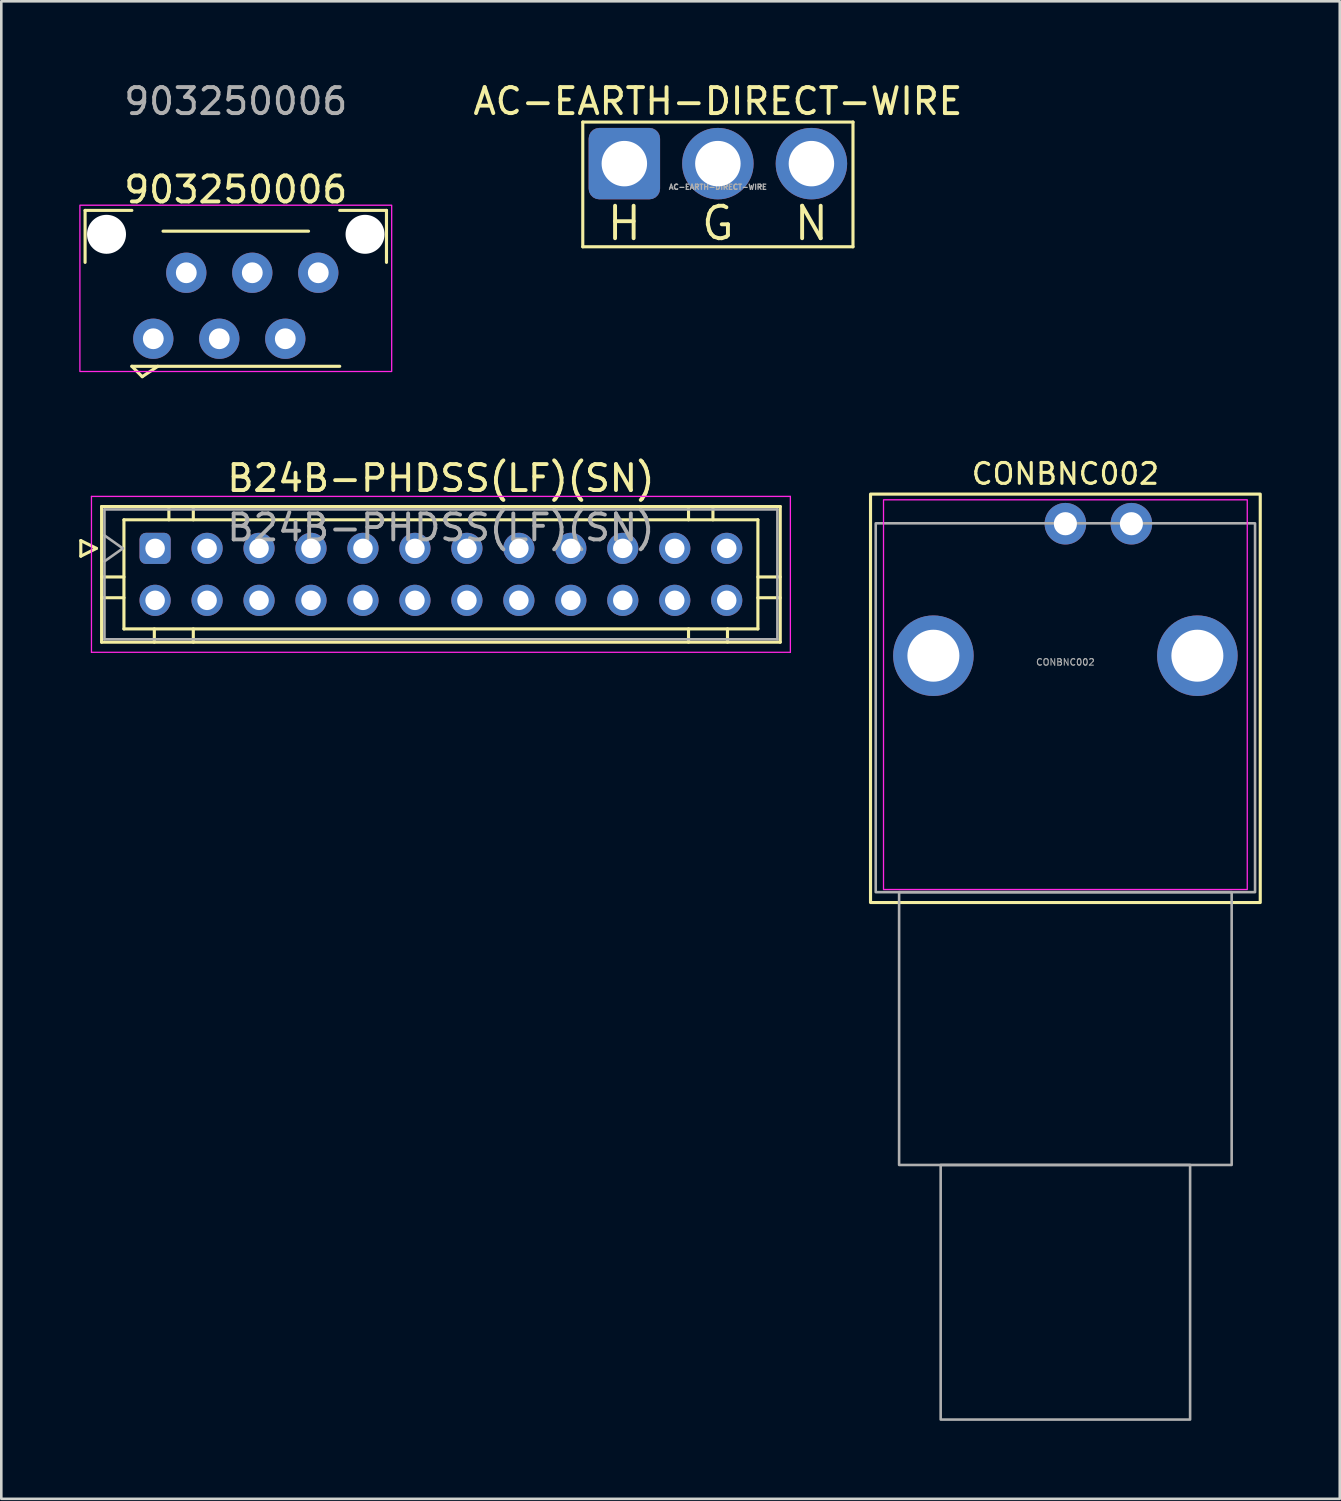
<source format=kicad_pcb>
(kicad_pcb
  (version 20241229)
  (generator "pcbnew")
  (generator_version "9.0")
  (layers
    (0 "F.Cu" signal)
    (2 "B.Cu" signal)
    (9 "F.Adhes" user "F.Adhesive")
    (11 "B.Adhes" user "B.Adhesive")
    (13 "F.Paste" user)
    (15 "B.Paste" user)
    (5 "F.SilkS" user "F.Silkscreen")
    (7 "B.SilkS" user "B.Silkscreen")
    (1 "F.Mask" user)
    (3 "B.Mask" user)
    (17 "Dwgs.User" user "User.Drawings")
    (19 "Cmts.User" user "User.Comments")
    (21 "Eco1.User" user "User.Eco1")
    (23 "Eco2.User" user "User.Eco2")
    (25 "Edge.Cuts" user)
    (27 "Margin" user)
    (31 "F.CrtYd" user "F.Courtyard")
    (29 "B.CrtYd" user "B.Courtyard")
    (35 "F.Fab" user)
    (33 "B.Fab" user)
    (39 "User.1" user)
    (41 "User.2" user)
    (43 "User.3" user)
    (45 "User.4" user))
  (footprint "903250006"
    (layer "F.Cu")
    (at 6.025 7.448)
    (property "Reference" "903250006" (at 0 -3.2 0) (unlocked yes) (layer "F.SilkS") (effects (font (size 1 1) (thickness 0.15))))
    (attr through_hole)
    (fp_line (start -5.8 -2.4) (end -4 -2.4) (stroke (width 0.12) (type default)) (layer "F.SilkS"))
    (fp_line (start -5.8 -0.4) (end -5.8 -2.4) (stroke (width 0.12) (type default)) (layer "F.SilkS"))
    (fp_line (start -4 3.6) (end -3.6 4) (stroke (width 0.12) (type default)) (layer "F.SilkS"))
    (fp_line (start -4 3.6) (end 4 3.6) (stroke (width 0.12) (type default)) (layer "F.SilkS"))
    (fp_line (start -3.6 4) (end -3 3.6) (stroke (width 0.12) (type default)) (layer "F.SilkS"))
    (fp_line (start -2.8 -1.6) (end 2.8 -1.6) (stroke (width 0.12) (type default)) (layer "F.SilkS"))
    (fp_line (start 4 -2.4) (end 5.8 -2.4) (stroke (width 0.12) (type default)) (layer "F.SilkS"))
    (fp_line (start 5.8 -2.4) (end 5.8 -0.4) (stroke (width 0.12) (type default)) (layer "F.SilkS"))
    (fp_rect (start -6 -2.6) (end 6 3.8) (stroke (width 0.05) (type default)) (fill no) (layer "F.CrtYd"))
    (fp_text user "${REFERENCE}" (at 0 -6.6 0) (unlocked yes) (layer "F.Fab") (effects (font (size 1 1) (thickness 0.15))))
    (pad "" np_thru_hole circle (at -4.975 -1.48) (size 1.5 1.5) (drill 1.5) (layers "*.Cu" "*.Mask"))
    (pad "" np_thru_hole circle (at 4.975 -1.48) (size 1.5 1.5) (drill 1.5) (layers "*.Cu" "*.Mask"))
    (pad "1" thru_hole circle (at -3.175 2.54) (size 1.55 1.55) (drill 0.8) (layers "*.Cu" "*.Mask"))
    (pad "2" thru_hole circle (at -1.905 0) (size 1.55 1.55) (drill 0.8) (layers "*.Cu" "*.Mask"))
    (pad "3" thru_hole circle (at -0.635 2.54) (size 1.55 1.55) (drill 0.8) (layers "*.Cu" "*.Mask"))
    (pad "4" thru_hole circle (at 0.635 0) (size 1.55 1.55) (drill 0.8) (layers "*.Cu" "*.Mask"))
    (pad "5" thru_hole circle (at 1.905 2.54) (size 1.55 1.55) (drill 0.8) (layers "*.Cu" "*.Mask"))
    (pad "6" thru_hole circle (at 3.175 0) (size 1.55 1.55) (drill 0.8) (layers "*.Cu" "*.Mask")))
  (footprint "CONBNC002"
    (layer "F.Cu")
    (at 37.955 22.187)
    (property "Reference" "CONBNC002" (at 0 -7 0) (unlocked yes) (layer "F.SilkS") (effects (font (size 0.8 0.8) (thickness 0.12))))
    (attr through_hole)
    (fp_rect (start -7.5 -6.22) (end 7.5 9.5) (stroke (width 0.12) (type default)) (fill no) (layer "F.SilkS"))
    (fp_rect (start -7 -6) (end 7 9) (stroke (width 0.05) (type default)) (fill no) (layer "F.CrtYd"))
    (fp_rect (start -7.3 -5.095) (end 7.3 9.1) (stroke (width 0.1) (type default)) (fill no) (layer "F.Fab"))
    (fp_rect (start -6.4 9.1) (end 6.4 19.6) (stroke (width 0.1) (type default)) (fill no) (layer "F.Fab"))
    (fp_rect (start -4.8 19.6) (end 4.8 29.4) (stroke (width 0.1) (type default)) (fill no) (layer "F.Fab"))
    (fp_line (start -7 9) (end 7 9) (stroke (width 0.15) (type default)) (layer "User.1"))
    (fp_text user "${REFERENCE}" (at 0 0.25 0) (unlocked yes) (layer "F.Fab") (effects (font (size 0.25 0.25) (thickness 0.04))))
    (fp_text user "PCB EDGE" (at 0 8.5 0) (unlocked yes) (layer "User.1") (effects (font (size 1 1) (thickness 0.15)) (justify bottom)))
    (pad "1" thru_hole circle (at 0 -5.08) (size 1.6 1.6) (drill 0.89) (layers "*.Cu" "*.Mask"))
    (pad "2" thru_hole circle (at -5.08 0) (size 3.1 3.1) (drill 2) (layers "*.Cu" "*.Mask"))
    (pad "2" thru_hole circle (at 2.54 -5.08) (size 1.6 1.6) (drill 0.89) (layers "*.Cu" "*.Mask"))
    (pad "2" thru_hole circle (at 5.08 0) (size 3.1 3.1) (drill 2) (layers "*.Cu" "*.Mask")))
  (footprint "AC-EARTH-DIRECT-WIRE"
    (layer "F.Cu")
    (at 24.58 3.248)
    (property "Reference" "AC-EARTH-DIRECT-WIRE" (at 0 -2.4 0) (unlocked yes) (layer "F.SilkS") (effects (font (size 1 1) (thickness 0.15))))
    (attr through_hole)
    (fp_line (start -5.2 -1.6) (end 5.2 -1.6) (stroke (width 0.12) (type solid)) (layer "F.SilkS"))
    (fp_line (start -5.2 3.2) (end -5.2 -1.6) (stroke (width 0.12) (type solid)) (layer "F.SilkS"))
    (fp_line (start 5.2 -1.6) (end 5.2 3.2) (stroke (width 0.12) (type solid)) (layer "F.SilkS"))
    (fp_line (start 5.2 3.2) (end -5.2 3.2) (stroke (width 0.12) (type solid)) (layer "F.SilkS"))
    (fp_text user "H" (at -3.6 2.3 0) (unlocked yes) (layer "F.SilkS") (effects (font (size 1.25 1.25) (thickness 0.15))))
    (fp_text user "N" (at 3.6 2.3 0) (unlocked yes) (layer "F.SilkS") (effects (font (size 1.25 1.25) (thickness 0.15))))
    (fp_text user "G" (at 0 2.3 0) (unlocked yes) (layer "F.SilkS") (effects (font (size 1.25 1.25) (thickness 0.15))))
    (fp_text user "${REFERENCE}" (at 0 0.9 0) (unlocked yes) (layer "F.Fab") (effects (font (size 0.2 0.2) (thickness 0.05))))
    (pad "1" thru_hole roundrect (at -3.6 0) (size 2.75 2.75) (drill 1.75) (layers "*.Cu" "*.Mask") (roundrect_rratio 0.15))
    (pad "2" thru_hole circle (at 3.6 0) (size 2.75 2.75) (drill 1.75) (layers "*.Cu" "*.Mask"))
    (pad "3" thru_hole circle (at 0 0) (size 2.75 2.75) (drill 1.75) (layers "*.Cu" "*.Mask")))
  (footprint "B24B-PHDSS(LF)(SN)"
    (layer "F.Cu")
    (at 2.92 18.056)
    (property "Reference" "B24B-PHDSS(LF)(SN)" (at 11 -2.7 0) (layer "F.SilkS") (effects (font (size 1 1) (thickness 0.15))))
    (attr through_hole)
    (fp_line (start -2.86 -0.3) (end -2.26 0) (stroke (width 0.12) (type solid)) (layer "F.SilkS"))
    (fp_line (start -2.86 0.3) (end -2.86 -0.3) (stroke (width 0.12) (type solid)) (layer "F.SilkS"))
    (fp_line (start -2.26 0) (end -2.86 0.3) (stroke (width 0.12) (type solid)) (layer "F.SilkS"))
    (fp_line (start -2.06 -1.61) (end -2.06 3.61) (stroke (width 0.12) (type solid)) (layer "F.SilkS"))
    (fp_line (start -2.06 1.1) (end -1.2 1.1) (stroke (width 0.12) (type solid)) (layer "F.SilkS"))
    (fp_line (start -2.06 1.9) (end -1.2 1.9) (stroke (width 0.12) (type solid)) (layer "F.SilkS"))
    (fp_line (start -2.06 3.61) (end 24.06 3.61) (stroke (width 0.12) (type solid)) (layer "F.SilkS"))
    (fp_line (start -1.2 -1.1) (end -1.2 3.1) (stroke (width 0.12) (type solid)) (layer "F.SilkS"))
    (fp_line (start -1.2 3.1) (end 23.2 3.1) (stroke (width 0.12) (type solid)) (layer "F.SilkS"))
    (fp_line (start -0.03 3.61) (end -0.03 3.1) (stroke (width 0.12) (type solid)) (layer "F.SilkS"))
    (fp_line (start 0.53 -1.61) (end 0.53 -1.1) (stroke (width 0.12) (type solid)) (layer "F.SilkS"))
    (fp_line (start 1.47 -1.61) (end 1.47 -1.1) (stroke (width 0.12) (type solid)) (layer "F.SilkS"))
    (fp_line (start 1.47 3.61) (end 1.47 3.1) (stroke (width 0.12) (type solid)) (layer "F.SilkS"))
    (fp_line (start 20.53 -1.61) (end 20.53 -1.1) (stroke (width 0.12) (type solid)) (layer "F.SilkS"))
    (fp_line (start 20.53 3.61) (end 20.53 3.1) (stroke (width 0.12) (type solid)) (layer "F.SilkS"))
    (fp_line (start 21.47 -1.61) (end 21.47 -1.1) (stroke (width 0.12) (type solid)) (layer "F.SilkS"))
    (fp_line (start 22.03 3.61) (end 22.03 3.1) (stroke (width 0.12) (type solid)) (layer "F.SilkS"))
    (fp_line (start 23.2 -1.1) (end -1.2 -1.1) (stroke (width 0.12) (type solid)) (layer "F.SilkS"))
    (fp_line (start 23.2 3.1) (end 23.2 -1.1) (stroke (width 0.12) (type solid)) (layer "F.SilkS"))
    (fp_line (start 24.06 -1.61) (end -2.06 -1.61) (stroke (width 0.12) (type solid)) (layer "F.SilkS"))
    (fp_line (start 24.06 1.1) (end 23.2 1.1) (stroke (width 0.12) (type solid)) (layer "F.SilkS"))
    (fp_line (start 24.06 1.9) (end 23.2 1.9) (stroke (width 0.12) (type solid)) (layer "F.SilkS"))
    (fp_line (start 24.06 3.61) (end 24.06 -1.61) (stroke (width 0.12) (type solid)) (layer "F.SilkS"))
    (fp_line (start -2.45 -2) (end -2.45 4) (stroke (width 0.05) (type solid)) (layer "F.CrtYd"))
    (fp_line (start -2.45 4) (end 24.45 4) (stroke (width 0.05) (type solid)) (layer "F.CrtYd"))
    (fp_line (start 24.45 -2) (end -2.45 -2) (stroke (width 0.05) (type solid)) (layer "F.CrtYd"))
    (fp_line (start 24.45 4) (end 24.45 -2) (stroke (width 0.05) (type solid)) (layer "F.CrtYd"))
    (fp_line (start -1.95 -1.5) (end -1.95 3.5) (stroke (width 0.1) (type solid)) (layer "F.Fab"))
    (fp_line (start -1.95 0.5) (end -1.243 0) (stroke (width 0.1) (type solid)) (layer "F.Fab"))
    (fp_line (start -1.95 3.5) (end 23.95 3.5) (stroke (width 0.1) (type solid)) (layer "F.Fab"))
    (fp_line (start -1.243 0) (end -1.95 -0.5) (stroke (width 0.1) (type solid)) (layer "F.Fab"))
    (fp_line (start 23.95 -1.5) (end -1.95 -1.5) (stroke (width 0.1) (type solid)) (layer "F.Fab"))
    (fp_line (start 23.95 3.5) (end 23.95 -1.5) (stroke (width 0.1) (type solid)) (layer "F.Fab"))
    (fp_text user "${REFERENCE}" (at 11 -0.8 0) (layer "F.Fab") (effects (font (size 1 1) (thickness 0.15))))
    (pad "1" thru_hole roundrect (at 0 0) (size 1.2 1.2) (drill 0.75) (layers "*.Cu" "*.Mask") (roundrect_rratio 0.208))
    (pad "2" thru_hole circle (at 0 2) (size 1.2 1.2) (drill 0.75) (layers "*.Cu" "*.Mask"))
    (pad "3" thru_hole circle (at 2 0) (size 1.2 1.2) (drill 0.75) (layers "*.Cu" "*.Mask"))
    (pad "4" thru_hole circle (at 2 2) (size 1.2 1.2) (drill 0.75) (layers "*.Cu" "*.Mask"))
    (pad "5" thru_hole circle (at 4 0) (size 1.2 1.2) (drill 0.75) (layers "*.Cu" "*.Mask"))
    (pad "6" thru_hole circle (at 4 2) (size 1.2 1.2) (drill 0.75) (layers "*.Cu" "*.Mask"))
    (pad "7" thru_hole circle (at 6 0) (size 1.2 1.2) (drill 0.75) (layers "*.Cu" "*.Mask"))
    (pad "8" thru_hole circle (at 6 2) (size 1.2 1.2) (drill 0.75) (layers "*.Cu" "*.Mask"))
    (pad "9" thru_hole circle (at 8 0) (size 1.2 1.2) (drill 0.75) (layers "*.Cu" "*.Mask"))
    (pad "10" thru_hole circle (at 8 2) (size 1.2 1.2) (drill 0.75) (layers "*.Cu" "*.Mask"))
    (pad "11" thru_hole circle (at 10 0) (size 1.2 1.2) (drill 0.75) (layers "*.Cu" "*.Mask"))
    (pad "12" thru_hole circle (at 10 2) (size 1.2 1.2) (drill 0.75) (layers "*.Cu" "*.Mask"))
    (pad "13" thru_hole circle (at 12 0) (size 1.2 1.2) (drill 0.75) (layers "*.Cu" "*.Mask"))
    (pad "14" thru_hole circle (at 12 2) (size 1.2 1.2) (drill 0.75) (layers "*.Cu" "*.Mask"))
    (pad "15" thru_hole circle (at 14 0) (size 1.2 1.2) (drill 0.75) (layers "*.Cu" "*.Mask"))
    (pad "16" thru_hole circle (at 14 2) (size 1.2 1.2) (drill 0.75) (layers "*.Cu" "*.Mask"))
    (pad "17" thru_hole circle (at 16 0) (size 1.2 1.2) (drill 0.75) (layers "*.Cu" "*.Mask"))
    (pad "18" thru_hole circle (at 16 2) (size 1.2 1.2) (drill 0.75) (layers "*.Cu" "*.Mask"))
    (pad "19" thru_hole circle (at 18 0) (size 1.2 1.2) (drill 0.75) (layers "*.Cu" "*.Mask"))
    (pad "20" thru_hole circle (at 18 2) (size 1.2 1.2) (drill 0.75) (layers "*.Cu" "*.Mask"))
    (pad "21" thru_hole circle (at 20 0) (size 1.2 1.2) (drill 0.75) (layers "*.Cu" "*.Mask"))
    (pad "22" thru_hole circle (at 20 2) (size 1.2 1.2) (drill 0.75) (layers "*.Cu" "*.Mask"))
    (pad "23" thru_hole circle (at 22 0) (size 1.2 1.2) (drill 0.75) (layers "*.Cu" "*.Mask"))
    (pad "24" thru_hole circle (at 22 2) (size 1.2 1.2) (drill 0.75) (layers "*.Cu" "*.Mask")))
  (gr_rect
    (start -3 -3)
    (end 48.515 54.637)
    (stroke (width 0.1) (type default))
    (fill no)
    (layer "Edge.Cuts")))
</source>
